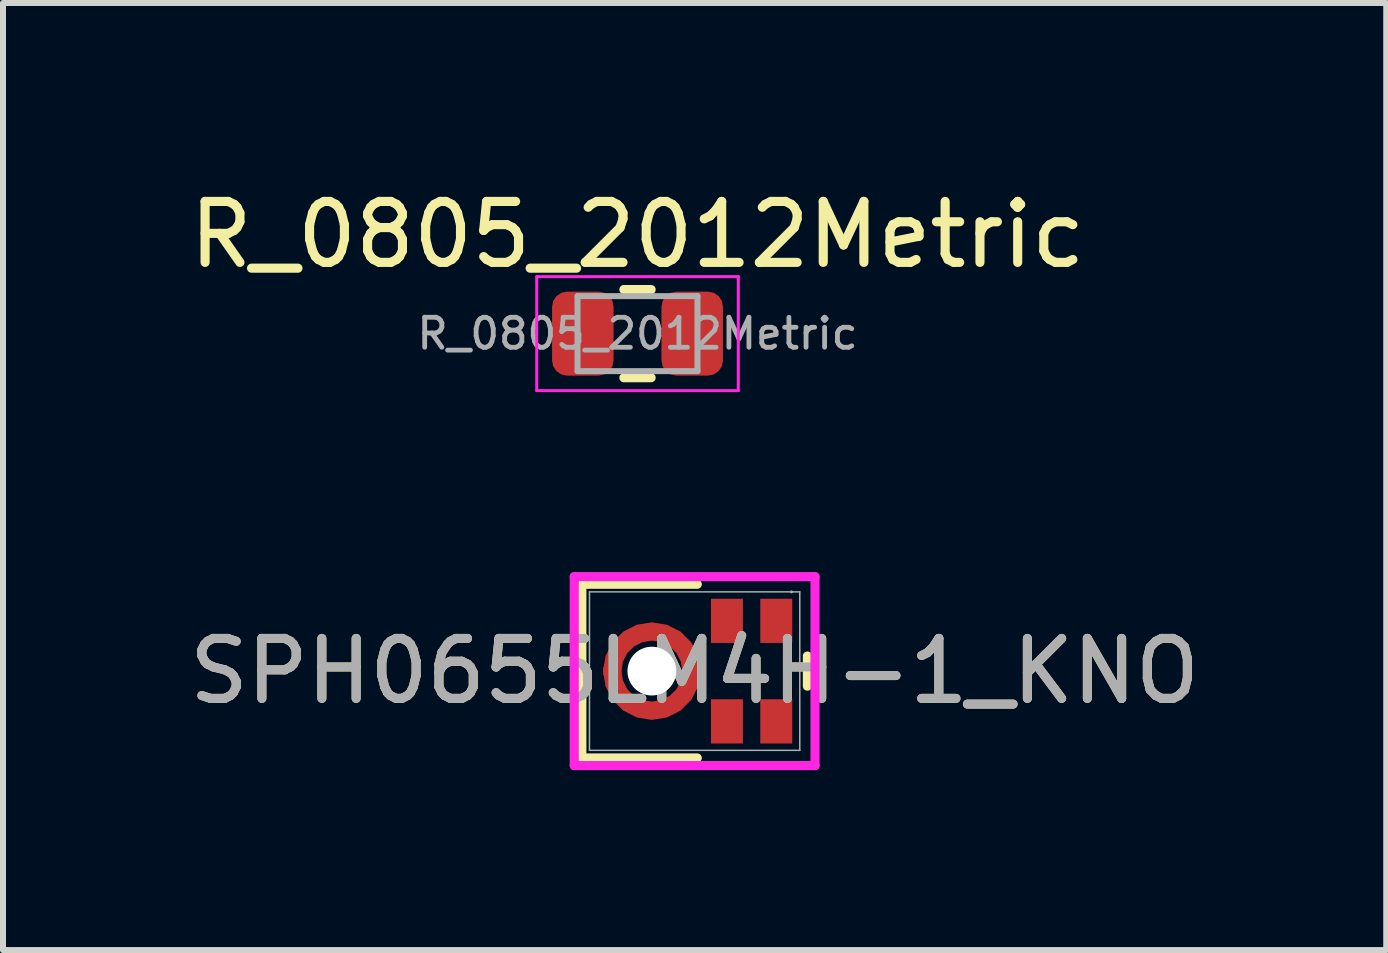
<source format=kicad_pcb>
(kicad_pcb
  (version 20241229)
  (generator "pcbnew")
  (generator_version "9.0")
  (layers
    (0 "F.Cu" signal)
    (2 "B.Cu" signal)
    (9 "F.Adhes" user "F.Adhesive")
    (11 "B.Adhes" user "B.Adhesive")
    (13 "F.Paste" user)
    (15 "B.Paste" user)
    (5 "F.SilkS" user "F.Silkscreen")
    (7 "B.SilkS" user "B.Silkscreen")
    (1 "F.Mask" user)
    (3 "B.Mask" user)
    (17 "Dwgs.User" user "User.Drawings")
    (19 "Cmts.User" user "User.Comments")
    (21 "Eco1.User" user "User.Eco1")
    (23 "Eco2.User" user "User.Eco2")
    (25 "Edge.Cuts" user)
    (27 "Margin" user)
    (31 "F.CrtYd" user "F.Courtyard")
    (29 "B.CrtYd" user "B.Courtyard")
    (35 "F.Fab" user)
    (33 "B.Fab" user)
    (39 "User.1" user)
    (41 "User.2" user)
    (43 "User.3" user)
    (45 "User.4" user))
  (footprint "SPH0655LM4H-1_KNO"
    (layer "F.Cu")
    (at 8.53 8.138)
    (property "Reference" "SPH0655LM4H-1_KNO" (at 0 0 0) (unlocked yes) (layer "F.SilkS") (effects (font (size 1 1) (thickness 0.15))))
    (attr smd)
    (fp_poly (pts (xy 0.097 -0.071) (xy 0.1 0) (xy 0.06 0.251) (xy -0.055 0.478) (xy -0.235 0.658) (xy -0.461 0.773) (xy -0.713 0.813) (xy -0.964 0.773) (xy -1.19 0.658) (xy -1.37 0.478) (xy -1.486 0.251) (xy -1.525 0) (xy -1.522 -0.071) (xy -1.219 -0.044) (xy -1.221 0) (xy -1.196 0.157) (xy -1.124 0.299) (xy -1.011 0.411) (xy -0.87 0.483) (xy -0.713 0.508) (xy -0.556 0.483) (xy -0.414 0.411) (xy -0.302 0.299) (xy -0.229 0.157) (xy -0.205 0) (xy -0.207 -0.044)) (stroke (width 0) (type solid)) (fill yes) (layer "F.Cu"))
    (fp_poly (pts (xy 0.097 0.071) (xy 0.1 0) (xy 0.06 -0.251) (xy -0.055 -0.478) (xy -0.235 -0.658) (xy -0.461 -0.773) (xy -0.713 -0.813) (xy -0.964 -0.773) (xy -1.19 -0.658) (xy -1.37 -0.478) (xy -1.486 -0.251) (xy -1.525 0) (xy -1.522 0.071) (xy -1.219 0.044) (xy -1.221 0) (xy -1.196 -0.157) (xy -1.124 -0.299) (xy -1.011 -0.411) (xy -0.87 -0.483) (xy -0.713 -0.508) (xy -0.556 -0.483) (xy -0.414 -0.411) (xy -0.302 -0.299) (xy -0.229 -0.157) (xy -0.205 0) (xy -0.207 0.044)) (stroke (width 0) (type solid)) (fill yes) (layer "F.Cu"))
    (fp_poly (pts (xy 0.097 -0.071) (xy 0.1 0) (xy 0.06 0.251) (xy -0.055 0.478) (xy -0.235 0.658) (xy -0.461 0.773) (xy -0.713 0.813) (xy -0.964 0.773) (xy -1.19 0.658) (xy -1.37 0.478) (xy -1.486 0.251) (xy -1.525 0) (xy -1.522 -0.071) (xy -1.219 -0.044) (xy -1.221 0) (xy -1.196 0.157) (xy -1.124 0.299) (xy -1.011 0.411) (xy -0.87 0.483) (xy -0.713 0.508) (xy -0.556 0.483) (xy -0.414 0.411) (xy -0.302 0.299) (xy -0.229 0.157) (xy -0.205 0) (xy -0.207 -0.044)) (stroke (width 0) (type solid)) (fill yes) (layer "F.Mask"))
    (fp_poly (pts (xy 0.097 0.071) (xy 0.1 0) (xy 0.06 -0.251) (xy -0.055 -0.478) (xy -0.235 -0.658) (xy -0.461 -0.773) (xy -0.713 -0.813) (xy -0.964 -0.773) (xy -1.19 -0.658) (xy -1.37 -0.478) (xy -1.486 -0.251) (xy -1.525 0) (xy -1.522 0.071) (xy -1.219 0.044) (xy -1.221 0) (xy -1.196 -0.157) (xy -1.124 -0.299) (xy -1.011 -0.411) (xy -0.87 -0.483) (xy -0.713 -0.508) (xy -0.556 -0.483) (xy -0.414 -0.411) (xy -0.302 -0.299) (xy -0.229 -0.157) (xy -0.205 0) (xy -0.207 0.044)) (stroke (width 0) (type solid)) (fill yes) (layer "F.Mask"))
    (fp_line (start -1.88 -1.448) (end 0.044 -1.448) (stroke (width 0.152) (type solid)) (layer "F.SilkS"))
    (fp_line (start -1.88 1.448) (end -1.88 -1.448) (stroke (width 0.152) (type solid)) (layer "F.SilkS"))
    (fp_line (start 0.044 1.448) (end -1.88 1.448) (stroke (width 0.152) (type solid)) (layer "F.SilkS"))
    (fp_line (start 1.88 -0.251) (end 1.88 0.251) (stroke (width 0.152) (type solid)) (layer "F.SilkS"))
    (fp_poly (pts (xy 0.097 -0.071) (xy 0.1 0) (xy 0.06 0.251) (xy -0.055 0.478) (xy -0.235 0.658) (xy -0.461 0.773) (xy -0.713 0.813) (xy -0.964 0.773) (xy -1.19 0.658) (xy -1.37 0.478) (xy -1.486 0.251) (xy -1.525 0) (xy -1.522 -0.071) (xy -1.219 -0.044) (xy -1.221 0) (xy -1.196 0.157) (xy -1.124 0.299) (xy -1.011 0.411) (xy -0.87 0.483) (xy -0.713 0.508) (xy -0.556 0.483) (xy -0.414 0.411) (xy -0.302 0.299) (xy -0.229 0.157) (xy -0.205 0) (xy -0.207 -0.044)) (stroke (width 0) (type solid)) (fill yes) (layer "F.Paste"))
    (fp_poly (pts (xy 0.097 0.071) (xy 0.1 0) (xy 0.06 -0.251) (xy -0.055 -0.478) (xy -0.235 -0.658) (xy -0.461 -0.773) (xy -0.713 -0.813) (xy -0.964 -0.773) (xy -1.19 -0.658) (xy -1.37 -0.478) (xy -1.486 -0.251) (xy -1.525 0) (xy -1.522 0.071) (xy -1.219 0.044) (xy -1.221 0) (xy -1.196 -0.157) (xy -1.124 -0.299) (xy -1.011 -0.411) (xy -0.87 -0.483) (xy -0.713 -0.508) (xy -0.556 -0.483) (xy -0.414 -0.411) (xy -0.302 -0.299) (xy -0.229 -0.157) (xy -0.205 0) (xy -0.207 0.044)) (stroke (width 0) (type solid)) (fill yes) (layer "F.Paste"))
    (fp_line (start -2.007 -1.575) (end 2.007 -1.575) (stroke (width 0.152) (type solid)) (layer "F.CrtYd"))
    (fp_line (start -2.007 1.575) (end -2.007 -1.575) (stroke (width 0.152) (type solid)) (layer "F.CrtYd"))
    (fp_line (start 2.007 -1.575) (end 2.007 1.575) (stroke (width 0.152) (type solid)) (layer "F.CrtYd"))
    (fp_line (start 2.007 1.575) (end -2.007 1.575) (stroke (width 0.152) (type solid)) (layer "F.CrtYd"))
    (fp_line (start -1.753 -1.321) (end -1.753 1.321) (stroke (width 0.025) (type solid)) (layer "F.Fab"))
    (fp_line (start -1.753 1.321) (end 1.753 1.321) (stroke (width 0.025) (type solid)) (layer "F.Fab"))
    (fp_line (start 1.753 -1.321) (end -1.753 -1.321) (stroke (width 0.025) (type solid)) (layer "F.Fab"))
    (fp_line (start 1.753 1.321) (end 1.753 -1.321) (stroke (width 0.025) (type solid)) (layer "F.Fab"))
    (fp_circle (center 1.615 -1.32) (end 1.615 -1.32) (stroke (width 0.025) (type solid)) (fill no) (layer "F.Fab"))
    (fp_text user "${REFERENCE}" (at 0 0 0) (unlocked yes) (layer "F.Fab") (effects (font (size 1 1) (thickness 0.15))))
    (pad "" np_thru_hole circle (at -0.713 0) (size 0.813 0.813) (drill 0.813) (layers "*.Cu" "*.Mask"))
    (pad "1" smd rect (at 1.361 -0.838) (size 0.533 0.737) (layers "F.Cu" "F.Mask" "F.Paste"))
    (pad "2" smd rect (at 0.539 -0.838) (size 0.533 0.737) (layers "F.Cu" "F.Mask" "F.Paste"))
    (pad "3" smd rect (at -1.373 0) (size 0.051 0.051) (layers "F.Cu" "F.Mask" "F.Paste"))
    (pad "4" smd rect (at 0.539 0.838) (size 0.533 0.737) (layers "F.Cu" "F.Mask" "F.Paste"))
    (pad "5" smd rect (at 1.361 0.838) (size 0.533 0.737) (layers "F.Cu" "F.Mask" "F.Paste")))
  (footprint "R_0805_2012Metric"
    (layer "F.Cu")
    (at 7.578 2.512)
    (property "Reference" "R_0805_2012Metric" (at 0 -1.65 0) (layer "F.SilkS") (effects (font (size 1.016 1.016) (thickness 0.152))))
    (attr smd)
    (fp_line (start -0.227 -0.735) (end 0.227 -0.735) (stroke (width 0.152) (type solid)) (layer "F.SilkS"))
    (fp_line (start -0.227 0.735) (end 0.227 0.735) (stroke (width 0.152) (type solid)) (layer "F.SilkS"))
    (fp_line (start -1.68 -0.95) (end 1.68 -0.95) (stroke (width 0.05) (type solid)) (layer "F.CrtYd"))
    (fp_line (start -1.68 0.95) (end -1.68 -0.95) (stroke (width 0.05) (type solid)) (layer "F.CrtYd"))
    (fp_line (start 1.68 -0.95) (end 1.68 0.95) (stroke (width 0.05) (type solid)) (layer "F.CrtYd"))
    (fp_line (start 1.68 0.95) (end -1.68 0.95) (stroke (width 0.05) (type solid)) (layer "F.CrtYd"))
    (fp_line (start -1 -0.625) (end 1 -0.625) (stroke (width 0.1) (type solid)) (layer "F.Fab"))
    (fp_line (start -1 0.625) (end -1 -0.625) (stroke (width 0.1) (type solid)) (layer "F.Fab"))
    (fp_line (start 1 -0.625) (end 1 0.625) (stroke (width 0.1) (type solid)) (layer "F.Fab"))
    (fp_line (start 1 0.625) (end -1 0.625) (stroke (width 0.1) (type solid)) (layer "F.Fab"))
    (fp_text user "${REFERENCE}" (at 0 0 0) (layer "F.Fab") (effects (font (size 0.5 0.5) (thickness 0.08))))
    (pad "1" smd roundrect (at -0.912 0) (size 1.025 1.4) (layers "F.Cu" "F.Mask" "F.Paste") (roundrect_rratio 0.244))
    (pad "2" smd roundrect (at 0.912 0) (size 1.025 1.4) (layers "F.Cu" "F.Mask" "F.Paste") (roundrect_rratio 0.244)))
  (gr_rect
    (start -3 -3)
    (end 20.06 12.789)
    (stroke (width 0.1) (type default))
    (fill no)
    (layer "Edge.Cuts")))
</source>
